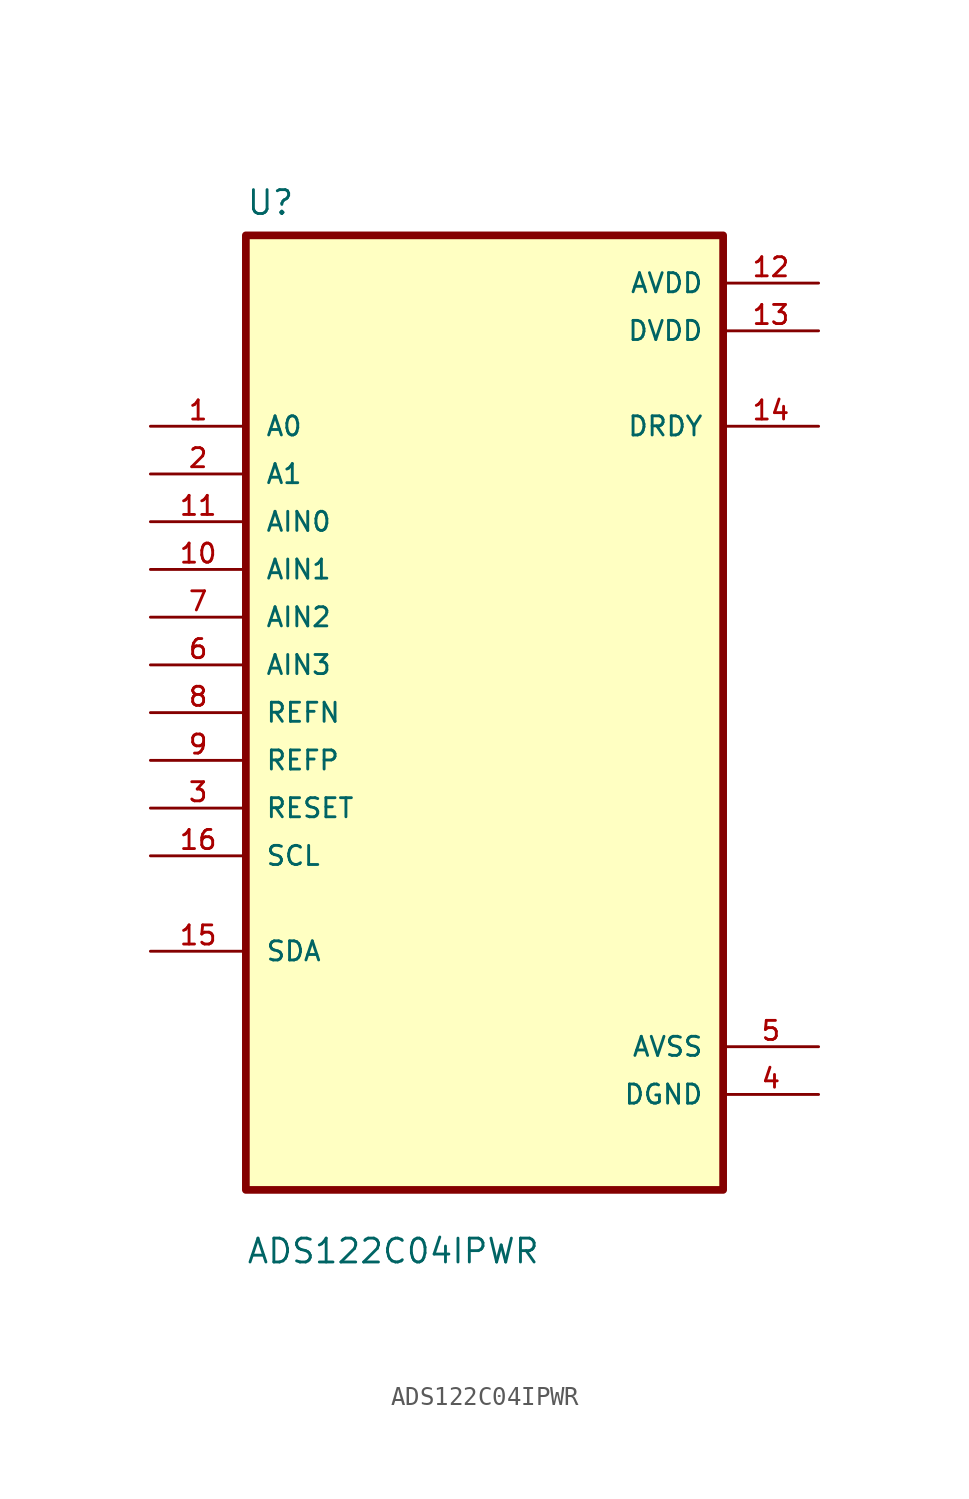
<source format=kicad_sym>
(kicad_symbol_lib
  (version 20211014)
  (generator kicad_symbol_editor)
  (symbol "ADS122C04IPWR"
    (pin_names
      (offset 1.016))
    (property "Reference" "U"
      (at -12.7 26.4 0.0)
      (effects (font (size 1.27 1.27)) (justify bottom left)))
    (property "Value" "ADS122C04IPWR"
      (at -12.7 -29.4 0.0)
      (effects (font (size 1.27 1.27)) (justify bottom left)))
    (symbol "ADS122C04IPWR_0_0"
      (rectangle (start -12.7 -25.4) (end 12.7 25.4) (stroke (width 0.41)) (fill (type background)))
      (pin input line (at -17.78 15.24 0) (length 5.08) (name "A0" (effects (font (size 1.016 1.016)))) (number "1" (effects (font (size 1.016 1.016)))))
      (pin input line (at -17.78 12.7 0) (length 5.08) (name "A1" (effects (font (size 1.016 1.016)))) (number "2" (effects (font (size 1.016 1.016)))))
      (pin input line (at -17.78 10.16 0) (length 5.08) (name "AIN0" (effects (font (size 1.016 1.016)))) (number "11" (effects (font (size 1.016 1.016)))))
      (pin input line (at -17.78 7.62 0) (length 5.08) (name "AIN1" (effects (font (size 1.016 1.016)))) (number "10" (effects (font (size 1.016 1.016)))))
      (pin input line (at -17.78 5.08 0) (length 5.08) (name "AIN2" (effects (font (size 1.016 1.016)))) (number "7" (effects (font (size 1.016 1.016)))))
      (pin input line (at -17.78 2.54 0) (length 5.08) (name "AIN3" (effects (font (size 1.016 1.016)))) (number "6" (effects (font (size 1.016 1.016)))))
      (pin input line (at -17.78 0.0 0) (length 5.08) (name "REFN" (effects (font (size 1.016 1.016)))) (number "8" (effects (font (size 1.016 1.016)))))
      (pin input line (at -17.78 -2.54 0) (length 5.08) (name "REFP" (effects (font (size 1.016 1.016)))) (number "9" (effects (font (size 1.016 1.016)))))
      (pin input line (at -17.78 -5.08 0) (length 5.08) (name "RESET" (effects (font (size 1.016 1.016)))) (number "3" (effects (font (size 1.016 1.016)))))
      (pin input line (at -17.78 -7.62 0) (length 5.08) (name "SCL" (effects (font (size 1.016 1.016)))) (number "16" (effects (font (size 1.016 1.016)))))
      (pin bidirectional line (at -17.78 -12.7 0) (length 5.08) (name "SDA" (effects (font (size 1.016 1.016)))) (number "15" (effects (font (size 1.016 1.016)))))
      (pin power_in line (at 17.78 22.86 180.0) (length 5.08) (name "AVDD" (effects (font (size 1.016 1.016)))) (number "12" (effects (font (size 1.016 1.016)))))
      (pin power_in line (at 17.78 20.32 180.0) (length 5.08) (name "DVDD" (effects (font (size 1.016 1.016)))) (number "13" (effects (font (size 1.016 1.016)))))
      (pin output line (at 17.78 15.24 180.0) (length 5.08) (name "DRDY" (effects (font (size 1.016 1.016)))) (number "14" (effects (font (size 1.016 1.016)))))
      (pin power_in line (at 17.78 -17.78 180.0) (length 5.08) (name "AVSS" (effects (font (size 1.016 1.016)))) (number "5" (effects (font (size 1.016 1.016)))))
      (pin power_in line (at 17.78 -20.32 180.0) (length 5.08) (name "DGND" (effects (font (size 1.016 1.016)))) (number "4" (effects (font (size 1.016 1.016))))))))
</source>
